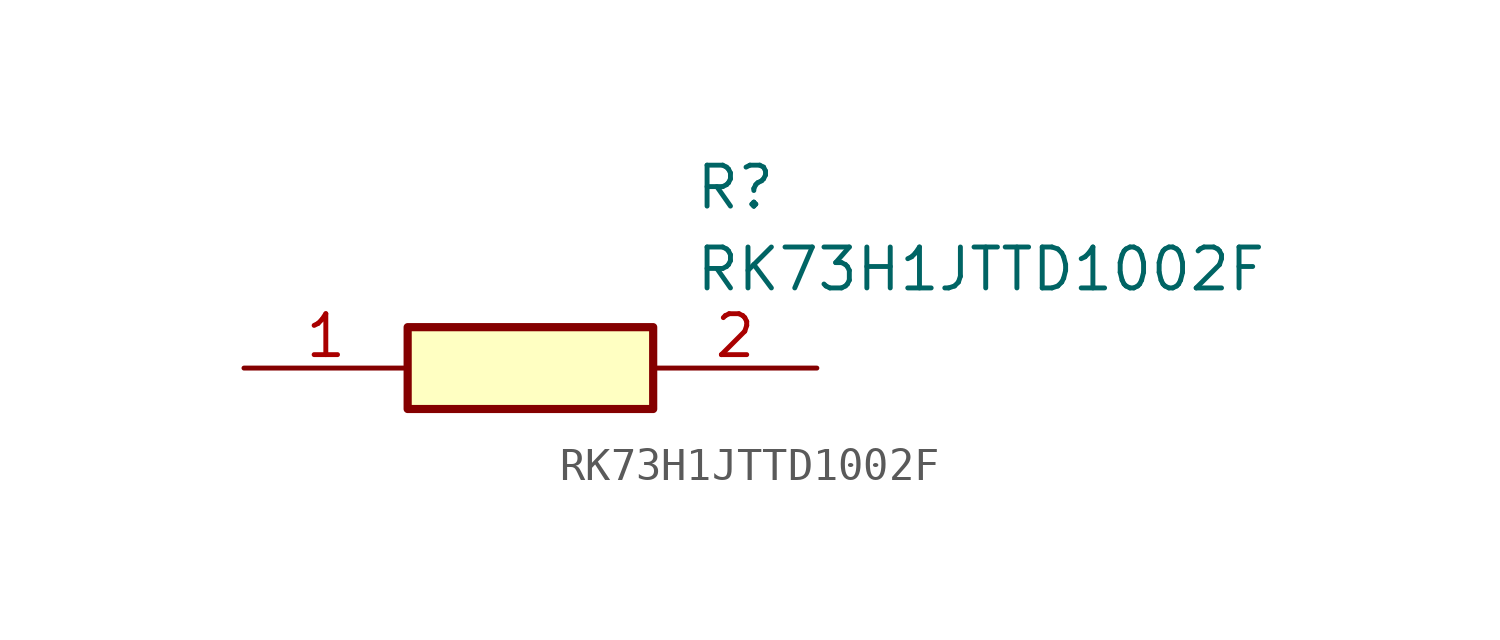
<source format=kicad_sym>
(kicad_symbol_lib
  (version 20211014)
  (generator SamacSys_ECAD_Model)
  (symbol "RK73H1JTTD1002F"
    (pin_names hide)
    (property "Reference" "R"
      (at 13.97 6.35 0)
      (effects (font (size 1.27 1.27)) (justify left top)))
    (property "Value" "RK73H1JTTD1002F"
      (at 13.97 3.81 0)
      (effects (font (size 1.27 1.27)) (justify left top)))
    (rectangle
      (start 5.08 1.27)
      (end 12.7 -1.27)
      (stroke (width 0.254) (type default))
      (fill (type background)))
    (pin passive line
      (at 0 0 0)
      (length 5.08)
      (name "1" (effects (font (size 1.27 1.27))))
      (number "1" (effects (font (size 1.27 1.27)))))
    (pin passive line
      (at 17.78 0 180)
      (length 5.08)
      (name "2" (effects (font (size 1.27 1.27))))
      (number "2" (effects (font (size 1.27 1.27)))))))
</source>
